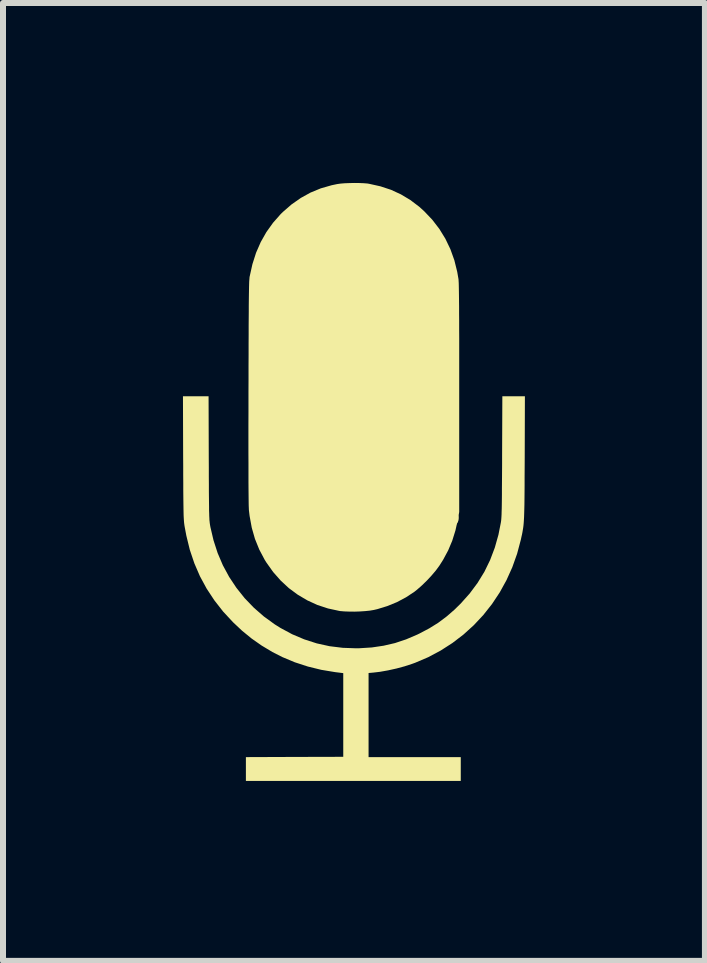
<source format=kicad_pcb>
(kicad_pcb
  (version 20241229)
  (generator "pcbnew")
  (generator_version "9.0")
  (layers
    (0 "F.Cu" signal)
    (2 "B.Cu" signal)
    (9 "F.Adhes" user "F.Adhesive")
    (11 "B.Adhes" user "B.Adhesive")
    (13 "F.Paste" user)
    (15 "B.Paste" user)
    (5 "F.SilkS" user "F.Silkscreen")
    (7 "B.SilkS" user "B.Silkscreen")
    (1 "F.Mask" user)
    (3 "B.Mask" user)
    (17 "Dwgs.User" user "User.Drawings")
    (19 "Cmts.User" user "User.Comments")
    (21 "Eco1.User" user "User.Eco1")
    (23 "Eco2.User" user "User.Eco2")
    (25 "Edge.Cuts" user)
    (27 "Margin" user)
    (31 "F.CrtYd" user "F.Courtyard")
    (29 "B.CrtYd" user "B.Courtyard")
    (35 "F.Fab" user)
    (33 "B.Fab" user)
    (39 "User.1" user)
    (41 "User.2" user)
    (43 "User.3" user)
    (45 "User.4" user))
  (footprint "Mic"
    (layer "F.Cu")
    (at 2.85 4.971)
    (property "Reference" "Mic" (at 0 0 0) (layer "F.SilkS") (effects (font (size 1.524 1.524) (thickness 0.3))))
    (attr board_only exclude_from_pos_files exclude_from_bom)
    (fp_poly (pts (xy 0.086 -4.97) (xy 0.161 -4.967) (xy 0.224 -4.962) (xy 0.254 -4.957) (xy 0.442 -4.915) (xy 0.618 -4.857) (xy 0.783 -4.781) (xy 0.94 -4.687) (xy 1.088 -4.575) (xy 1.172 -4.499) (xy 1.306 -4.358) (xy 1.423 -4.206) (xy 1.524 -4.042) (xy 1.608 -3.867) (xy 1.674 -3.683) (xy 1.722 -3.489) (xy 1.742 -3.373) (xy 1.744 -3.358) (xy 1.745 -3.335) (xy 1.747 -3.304) (xy 1.748 -3.265) (xy 1.749 -3.216) (xy 1.75 -3.156) (xy 1.751 -3.086) (xy 1.752 -3.003) (xy 1.753 -2.908) (xy 1.753 -2.8) (xy 1.754 -2.677) (xy 1.754 -2.539) (xy 1.755 -2.386) (xy 1.755 -2.216) (xy 1.755 -2.028) (xy 1.755 -1.823) (xy 1.755 -1.598) (xy 1.755 -1.384) (xy 1.755 0.514) (xy 1.733 0.638) (xy 1.692 0.822) (xy 1.639 0.992) (xy 1.571 1.154) (xy 1.487 1.31) (xy 1.425 1.408) (xy 1.367 1.487) (xy 1.296 1.571) (xy 1.218 1.655) (xy 1.135 1.736) (xy 1.053 1.808) (xy 1.009 1.843) (xy 0.87 1.935) (xy 0.718 2.016) (xy 0.557 2.082) (xy 0.391 2.133) (xy 0.331 2.147) (xy 0.266 2.158) (xy 0.187 2.166) (xy 0.099 2.172) (xy 0.008 2.175) (xy -0.082 2.174) (xy -0.163 2.171) (xy -0.232 2.165) (xy -0.248 2.162) (xy -0.432 2.122) (xy -0.609 2.064) (xy -0.777 1.987) (xy -0.936 1.893) (xy -1.085 1.783) (xy -1.222 1.656) (xy -1.346 1.515) (xy -1.458 1.358) (xy -1.488 1.31) (xy -1.578 1.14) (xy -1.65 0.962) (xy -1.703 0.777) (xy -1.739 0.581) (xy -1.751 0.481) (xy -1.752 0.453) (xy -1.754 0.405) (xy -1.755 0.338) (xy -1.756 0.251) (xy -1.757 0.145) (xy -1.758 0.019) (xy -1.758 -0.128) (xy -1.758 -0.294) (xy -1.759 -0.48) (xy -1.759 -0.686) (xy -1.759 -0.912) (xy -1.758 -1.159) (xy -1.758 -1.426) (xy -1.758 -1.481) (xy -1.757 -1.71) (xy -1.757 -1.92) (xy -1.756 -2.112) (xy -1.756 -2.286) (xy -1.755 -2.443) (xy -1.755 -2.584) (xy -1.754 -2.711) (xy -1.753 -2.823) (xy -1.753 -2.922) (xy -1.752 -3.009) (xy -1.751 -3.085) (xy -1.75 -3.151) (xy -1.749 -3.206) (xy -1.748 -3.254) (xy -1.747 -3.293) (xy -1.746 -3.326) (xy -1.744 -3.353) (xy -1.742 -3.375) (xy -1.741 -3.393) (xy -1.739 -3.408) (xy -1.737 -3.416) (xy -1.692 -3.618) (xy -1.631 -3.809) (xy -1.553 -3.987) (xy -1.459 -4.153) (xy -1.348 -4.308) (xy -1.221 -4.452) (xy -1.183 -4.489) (xy -1.039 -4.614) (xy -0.886 -4.721) (xy -0.725 -4.81) (xy -0.553 -4.881) (xy -0.372 -4.933) (xy -0.282 -4.952) (xy -0.227 -4.96) (xy -0.157 -4.966) (xy -0.079 -4.969) (xy 0.004 -4.971)) (stroke (width 0) (type solid)) (fill yes) (layer "F.SilkS"))
    (fp_poly (pts (xy -2.42 -0.389) (xy -2.419 -0.222) (xy -2.419 -0.074) (xy -2.418 0.056) (xy -2.418 0.17) (xy -2.417 0.268) (xy -2.416 0.353) (xy -2.415 0.426) (xy -2.415 0.487) (xy -2.413 0.539) (xy -2.412 0.582) (xy -2.41 0.618) (xy -2.409 0.648) (xy -2.406 0.673) (xy -2.404 0.695) (xy -2.401 0.716) (xy -2.398 0.735) (xy -2.394 0.756) (xy -2.393 0.763) (xy -2.341 0.985) (xy -2.272 1.198) (xy -2.185 1.402) (xy -2.08 1.596) (xy -1.959 1.778) (xy -1.822 1.95) (xy -1.669 2.109) (xy -1.502 2.255) (xy -1.32 2.387) (xy -1.224 2.447) (xy -1.029 2.552) (xy -0.828 2.637) (xy -0.62 2.704) (xy -0.407 2.751) (xy -0.187 2.778) (xy 0.038 2.786) (xy 0.092 2.785) (xy 0.298 2.772) (xy 0.494 2.743) (xy 0.684 2.699) (xy 0.87 2.637) (xy 1.057 2.557) (xy 1.094 2.539) (xy 1.255 2.454) (xy 1.403 2.362) (xy 1.541 2.259) (xy 1.674 2.144) (xy 1.781 2.039) (xy 1.93 1.872) (xy 2.061 1.696) (xy 2.175 1.51) (xy 2.27 1.315) (xy 2.348 1.109) (xy 2.409 0.893) (xy 2.449 0.691) (xy 2.452 0.672) (xy 2.455 0.649) (xy 2.457 0.623) (xy 2.459 0.592) (xy 2.461 0.554) (xy 2.462 0.508) (xy 2.464 0.454) (xy 2.465 0.389) (xy 2.466 0.313) (xy 2.467 0.223) (xy 2.467 0.119) (xy 2.468 0.000271) (xy 2.469 -0.136) (xy 2.47 -0.29) (xy 2.47 -0.415) (xy 2.474 -1.415) (xy 2.85 -1.415) (xy 2.847 -0.394) (xy 2.846 -0.221) (xy 2.845 -0.067) (xy 2.845 0.069) (xy 2.844 0.19) (xy 2.843 0.295) (xy 2.842 0.387) (xy 2.84 0.468) (xy 2.838 0.538) (xy 2.836 0.599) (xy 2.833 0.652) (xy 2.83 0.698) (xy 2.826 0.74) (xy 2.821 0.779) (xy 2.815 0.815) (xy 2.809 0.851) (xy 2.802 0.887) (xy 2.793 0.926) (xy 2.784 0.968) (xy 2.782 0.977) (xy 2.72 1.21) (xy 2.64 1.435) (xy 2.543 1.65) (xy 2.43 1.855) (xy 2.301 2.049) (xy 2.157 2.231) (xy 1.999 2.4) (xy 1.827 2.556) (xy 1.643 2.697) (xy 1.447 2.823) (xy 1.239 2.934) (xy 1.021 3.027) (xy 0.974 3.044) (xy 0.846 3.086) (xy 0.709 3.123) (xy 0.569 3.154) (xy 0.433 3.178) (xy 0.323 3.191) (xy 0.244 3.198) (xy 0.244 4.6) (xy 1.781 4.6) (xy 1.781 4.997) (xy -1.801 4.997) (xy -1.801 4.6) (xy -0.99 4.597) (xy -0.178 4.595) (xy -0.178 3.2) (xy -0.315 3.183) (xy -0.544 3.145) (xy -0.768 3.09) (xy -0.986 3.019) (xy -1.194 2.932) (xy -1.359 2.848) (xy -1.539 2.74) (xy -1.706 2.623) (xy -1.865 2.493) (xy -2.016 2.351) (xy -2.181 2.173) (xy -2.327 1.986) (xy -2.456 1.79) (xy -2.567 1.585) (xy -2.66 1.37) (xy -2.736 1.144) (xy -2.794 0.907) (xy -2.821 0.763) (xy -2.825 0.74) (xy -2.828 0.718) (xy -2.831 0.695) (xy -2.833 0.671) (xy -2.835 0.643) (xy -2.837 0.611) (xy -2.839 0.572) (xy -2.84 0.527) (xy -2.841 0.473) (xy -2.842 0.409) (xy -2.843 0.334) (xy -2.844 0.246) (xy -2.845 0.144) (xy -2.845 0.028) (xy -2.846 -0.106) (xy -2.846 -0.257) (xy -2.847 -0.394) (xy -2.85 -1.415) (xy -2.423 -1.415)) (stroke (width 0) (type solid)) (fill yes) (layer "F.SilkS")))
  (gr_rect
    (start -3 -3)
    (end 8.701 12.967)
    (stroke (width 0.1) (type default))
    (fill no)
    (layer "Edge.Cuts")))
</source>
